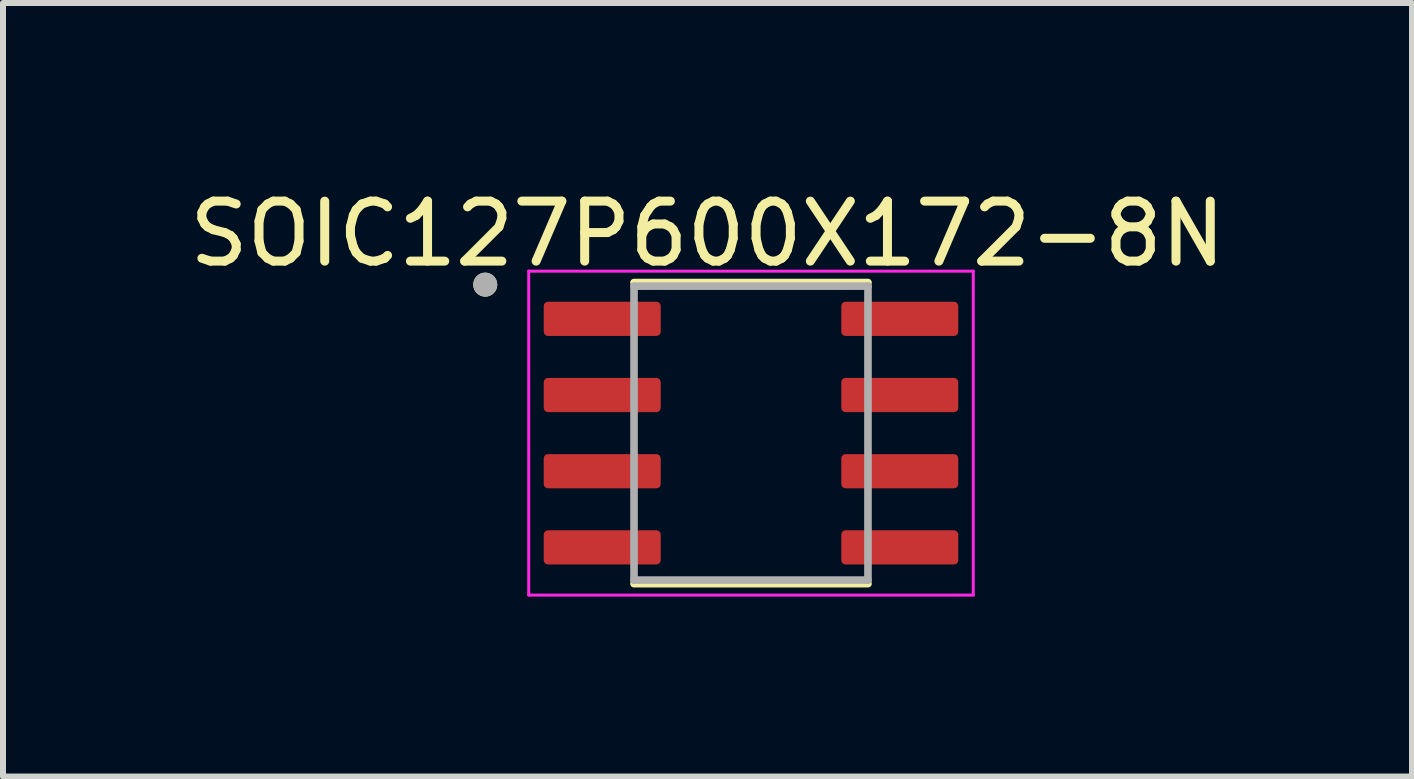
<source format=kicad_pcb>
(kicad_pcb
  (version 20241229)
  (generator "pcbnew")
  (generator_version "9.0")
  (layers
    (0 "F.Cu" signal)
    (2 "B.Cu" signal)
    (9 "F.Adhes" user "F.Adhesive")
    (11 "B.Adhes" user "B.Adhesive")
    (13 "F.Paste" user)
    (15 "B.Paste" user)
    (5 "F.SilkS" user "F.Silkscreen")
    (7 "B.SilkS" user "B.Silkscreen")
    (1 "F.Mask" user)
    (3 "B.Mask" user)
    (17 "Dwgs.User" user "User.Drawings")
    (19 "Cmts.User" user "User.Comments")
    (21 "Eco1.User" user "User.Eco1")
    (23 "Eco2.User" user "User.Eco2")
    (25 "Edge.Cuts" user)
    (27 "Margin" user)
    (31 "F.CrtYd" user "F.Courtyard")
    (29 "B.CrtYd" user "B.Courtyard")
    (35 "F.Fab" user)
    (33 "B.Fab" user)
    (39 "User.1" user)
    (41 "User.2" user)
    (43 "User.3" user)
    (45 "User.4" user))
  (footprint "SOIC127P600X172-8N"
    (layer "F.Cu")
    (at 9.469 4.17)
    (property "Reference" "SOIC127P600X172-8N" (at -0.725 -3.322 0) (layer "F.SilkS") (effects (font (size 1 1) (thickness 0.15))))
    (attr smd)
    (fp_line (start -1.95 -2.51) (end 1.95 -2.51) (stroke (width 0.127) (type solid)) (layer "F.SilkS"))
    (fp_line (start -1.95 2.51) (end 1.95 2.51) (stroke (width 0.127) (type solid)) (layer "F.SilkS"))
    (fp_circle (center -4.43 -2.475) (end -4.33 -2.475) (stroke (width 0.2) (type solid)) (fill no) (layer "F.SilkS"))
    (fp_line (start -3.705 -2.7) (end -3.705 2.7) (stroke (width 0.05) (type solid)) (layer "F.CrtYd"))
    (fp_line (start -3.705 -2.7) (end 3.705 -2.7) (stroke (width 0.05) (type solid)) (layer "F.CrtYd"))
    (fp_line (start -3.705 2.7) (end 3.705 2.7) (stroke (width 0.05) (type solid)) (layer "F.CrtYd"))
    (fp_line (start 3.705 -2.7) (end 3.705 2.7) (stroke (width 0.05) (type solid)) (layer "F.CrtYd"))
    (fp_line (start -1.95 -2.45) (end -1.95 2.45) (stroke (width 0.127) (type solid)) (layer "F.Fab"))
    (fp_line (start -1.95 -2.45) (end 1.95 -2.45) (stroke (width 0.127) (type solid)) (layer "F.Fab"))
    (fp_line (start -1.95 2.45) (end 1.95 2.45) (stroke (width 0.127) (type solid)) (layer "F.Fab"))
    (fp_line (start 1.95 -2.45) (end 1.95 2.45) (stroke (width 0.127) (type solid)) (layer "F.Fab"))
    (fp_circle (center -4.43 -2.475) (end -4.33 -2.475) (stroke (width 0.2) (type solid)) (fill no) (layer "F.Fab"))
    (pad "1" smd roundrect (at -2.48 -1.905) (size 1.95 0.57) (layers "F.Cu" "F.Mask" "F.Paste") (roundrect_rratio 0.125))
    (pad "2" smd roundrect (at -2.48 -0.635) (size 1.95 0.57) (layers "F.Cu" "F.Mask" "F.Paste") (roundrect_rratio 0.125))
    (pad "3" smd roundrect (at -2.48 0.635) (size 1.95 0.57) (layers "F.Cu" "F.Mask" "F.Paste") (roundrect_rratio 0.125))
    (pad "4" smd roundrect (at -2.48 1.905) (size 1.95 0.57) (layers "F.Cu" "F.Mask" "F.Paste") (roundrect_rratio 0.125))
    (pad "5" smd roundrect (at 2.48 1.905) (size 1.95 0.57) (layers "F.Cu" "F.Mask" "F.Paste") (roundrect_rratio 0.125))
    (pad "6" smd roundrect (at 2.48 0.635) (size 1.95 0.57) (layers "F.Cu" "F.Mask" "F.Paste") (roundrect_rratio 0.125))
    (pad "7" smd roundrect (at 2.48 -0.635) (size 1.95 0.57) (layers "F.Cu" "F.Mask" "F.Paste") (roundrect_rratio 0.125))
    (pad "8" smd roundrect (at 2.48 -1.905) (size 1.95 0.57) (layers "F.Cu" "F.Mask" "F.Paste") (roundrect_rratio 0.125)))
  (gr_rect
    (start -3 -3)
    (end 20.488 9.895)
    (stroke (width 0.1) (type default))
    (fill no)
    (layer "Edge.Cuts")))
</source>
